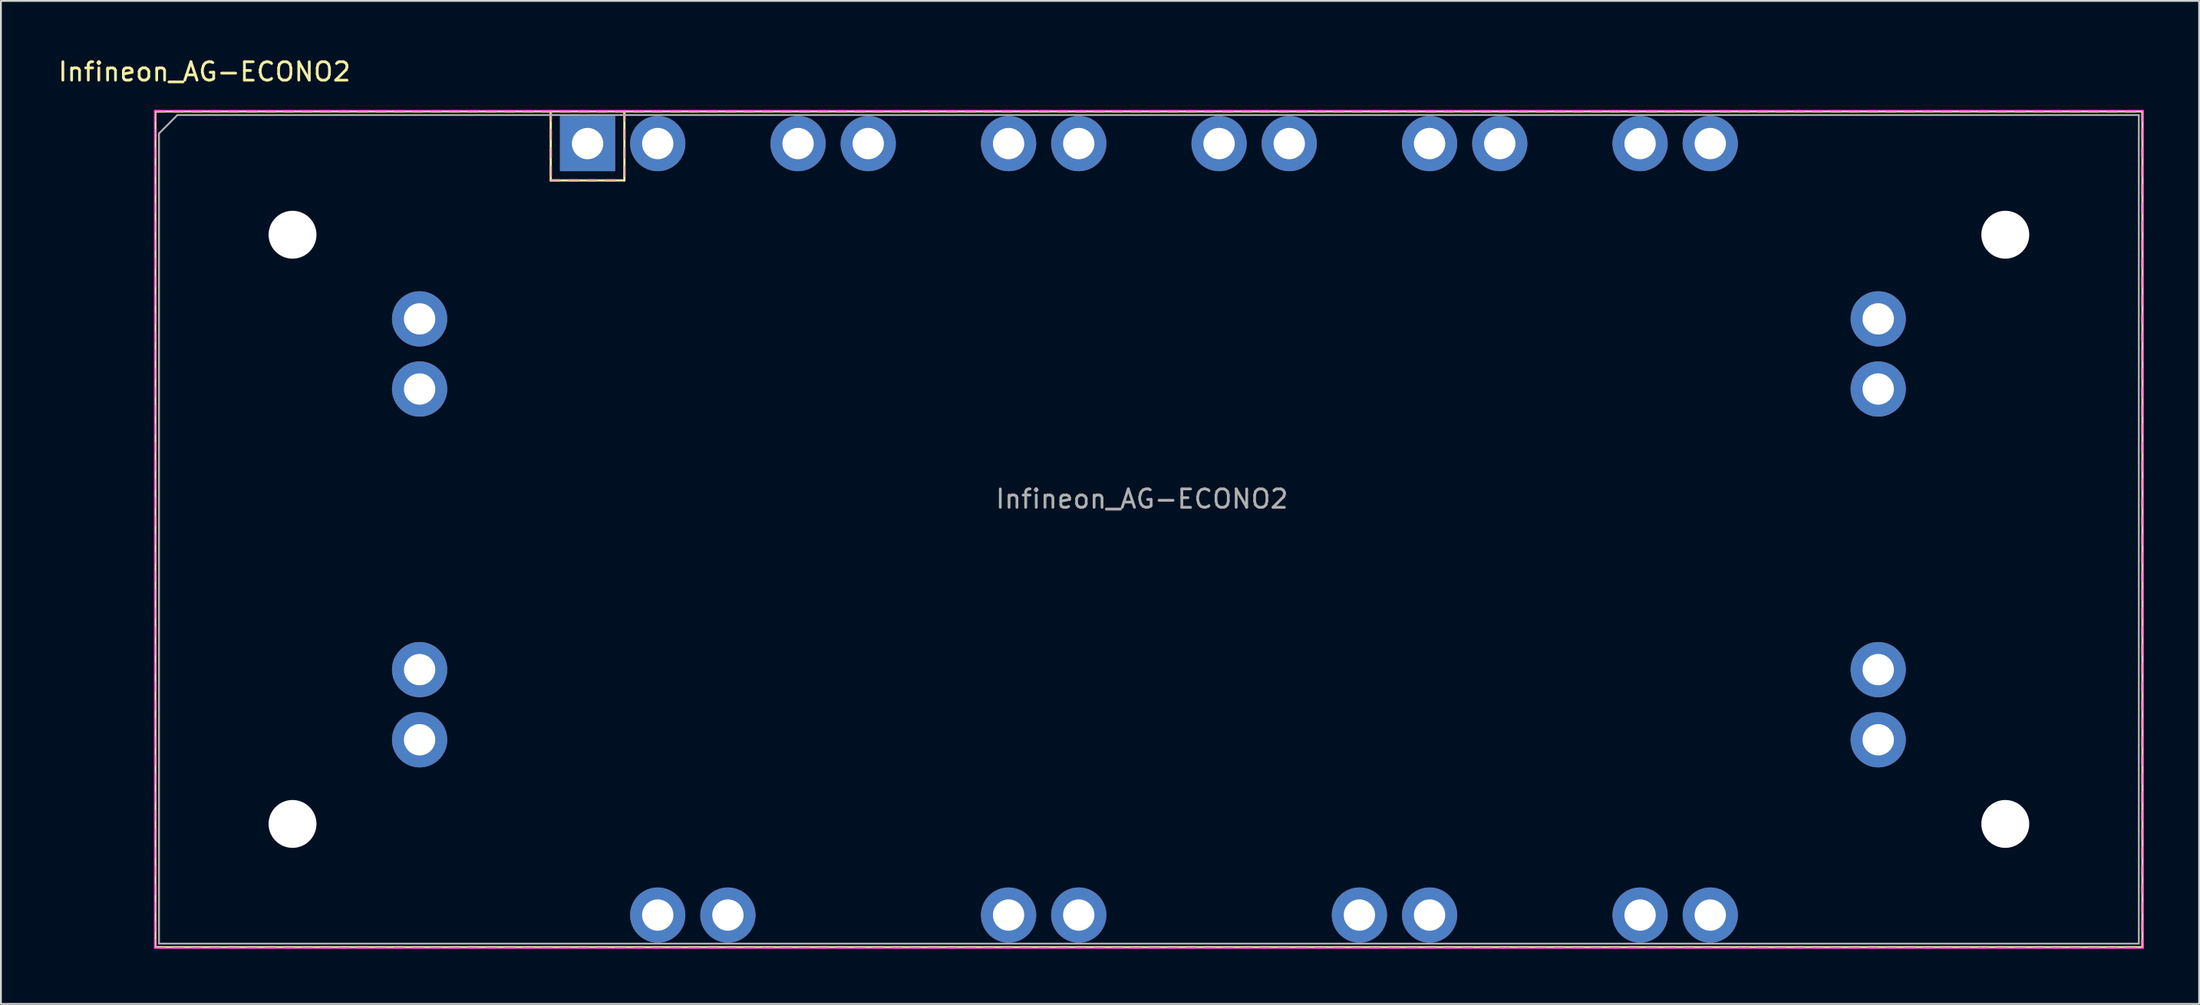
<source format=kicad_pcb>
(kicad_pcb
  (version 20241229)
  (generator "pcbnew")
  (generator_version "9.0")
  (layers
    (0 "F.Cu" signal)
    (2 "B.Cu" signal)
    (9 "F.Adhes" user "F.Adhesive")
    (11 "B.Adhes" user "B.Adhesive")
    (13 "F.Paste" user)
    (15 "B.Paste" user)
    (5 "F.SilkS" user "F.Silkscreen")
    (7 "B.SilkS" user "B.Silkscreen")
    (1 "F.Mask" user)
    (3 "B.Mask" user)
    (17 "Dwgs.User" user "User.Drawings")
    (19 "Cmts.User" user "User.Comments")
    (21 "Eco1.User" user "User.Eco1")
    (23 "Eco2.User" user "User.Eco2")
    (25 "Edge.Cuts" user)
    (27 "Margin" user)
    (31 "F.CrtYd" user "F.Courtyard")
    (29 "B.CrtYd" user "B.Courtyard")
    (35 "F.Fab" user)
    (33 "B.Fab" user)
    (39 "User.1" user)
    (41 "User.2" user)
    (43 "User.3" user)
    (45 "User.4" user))
  (footprint "Infineon_AG-ECONO2"
    (layer "F.Cu")
    (at 28.854 4.748)
    (property "Reference" "Infineon_AG-ECONO2" (at -20.8 -3.9 0) (layer "F.SilkS") (effects (font (size 1 1) (thickness 0.15))))
    (attr through_hole)
    (fp_line (start -23.47 -1.75) (end 84.43 -1.75) (stroke (width 0.12) (type solid)) (layer "F.SilkS"))
    (fp_line (start -23.47 43.65) (end -23.47 -1.75) (stroke (width 0.12) (type solid)) (layer "F.SilkS"))
    (fp_line (start -2 2) (end -2 -1.75) (stroke (width 0.12) (type solid)) (layer "F.SilkS"))
    (fp_line (start 2 -1.75) (end 2 1.75) (stroke (width 0.12) (type solid)) (layer "F.SilkS"))
    (fp_line (start 2 1.75) (end 2 2) (stroke (width 0.12) (type solid)) (layer "F.SilkS"))
    (fp_line (start 2 2) (end -2 2) (stroke (width 0.12) (type solid)) (layer "F.SilkS"))
    (fp_line (start 84.43 -1.75) (end 84.43 43.65) (stroke (width 0.12) (type solid)) (layer "F.SilkS"))
    (fp_line (start 84.43 43.65) (end -23.47 43.65) (stroke (width 0.12) (type solid)) (layer "F.SilkS"))
    (fp_line (start -23.47 -1.75) (end -23.47 -1.25) (stroke (width 0.12) (type solid)) (layer "B.SilkS"))
    (fp_line (start -23.47 -1.75) (end -22.97 -1.75) (stroke (width 0.12) (type solid)) (layer "B.SilkS"))
    (fp_line (start -23.47 -0.75) (end -23.47 -0.25) (stroke (width 0.12) (type solid)) (layer "B.SilkS"))
    (fp_line (start -23.47 0.25) (end -23.47 0.75) (stroke (width 0.12) (type solid)) (layer "B.SilkS"))
    (fp_line (start -23.47 1.25) (end -23.47 1.75) (stroke (width 0.12) (type solid)) (layer "B.SilkS"))
    (fp_line (start -23.47 2.25) (end -23.47 2.75) (stroke (width 0.12) (type solid)) (layer "B.SilkS"))
    (fp_line (start -23.47 3.25) (end -23.47 3.75) (stroke (width 0.12) (type solid)) (layer "B.SilkS"))
    (fp_line (start -23.47 4.25) (end -23.47 4.75) (stroke (width 0.12) (type solid)) (layer "B.SilkS"))
    (fp_line (start -23.47 5.25) (end -23.47 5.75) (stroke (width 0.12) (type solid)) (layer "B.SilkS"))
    (fp_line (start -23.47 6.25) (end -23.47 6.75) (stroke (width 0.12) (type solid)) (layer "B.SilkS"))
    (fp_line (start -23.47 7.25) (end -23.47 7.75) (stroke (width 0.12) (type solid)) (layer "B.SilkS"))
    (fp_line (start -23.47 8.25) (end -23.47 8.75) (stroke (width 0.12) (type solid)) (layer "B.SilkS"))
    (fp_line (start -23.47 9.25) (end -23.47 9.75) (stroke (width 0.12) (type solid)) (layer "B.SilkS"))
    (fp_line (start -23.47 10.25) (end -23.47 10.75) (stroke (width 0.12) (type solid)) (layer "B.SilkS"))
    (fp_line (start -23.47 11.25) (end -23.47 11.75) (stroke (width 0.12) (type solid)) (layer "B.SilkS"))
    (fp_line (start -23.47 12.25) (end -23.47 12.75) (stroke (width 0.12) (type solid)) (layer "B.SilkS"))
    (fp_line (start -23.47 13.25) (end -23.47 13.75) (stroke (width 0.12) (type solid)) (layer "B.SilkS"))
    (fp_line (start -23.47 14.25) (end -23.47 14.75) (stroke (width 0.12) (type solid)) (layer "B.SilkS"))
    (fp_line (start -23.47 15.25) (end -23.47 15.75) (stroke (width 0.12) (type solid)) (layer "B.SilkS"))
    (fp_line (start -23.47 16.25) (end -23.47 16.75) (stroke (width 0.12) (type solid)) (layer "B.SilkS"))
    (fp_line (start -23.47 17.25) (end -23.47 17.75) (stroke (width 0.12) (type solid)) (layer "B.SilkS"))
    (fp_line (start -23.47 18.25) (end -23.47 18.75) (stroke (width 0.12) (type solid)) (layer "B.SilkS"))
    (fp_line (start -23.47 19.25) (end -23.47 19.75) (stroke (width 0.12) (type solid)) (layer "B.SilkS"))
    (fp_line (start -23.47 20.25) (end -23.47 20.75) (stroke (width 0.12) (type solid)) (layer "B.SilkS"))
    (fp_line (start -23.47 21.25) (end -23.47 21.75) (stroke (width 0.12) (type solid)) (layer "B.SilkS"))
    (fp_line (start -23.47 22.25) (end -23.47 22.75) (stroke (width 0.12) (type solid)) (layer "B.SilkS"))
    (fp_line (start -23.47 23.25) (end -23.47 23.75) (stroke (width 0.12) (type solid)) (layer "B.SilkS"))
    (fp_line (start -23.47 24.25) (end -23.47 24.75) (stroke (width 0.12) (type solid)) (layer "B.SilkS"))
    (fp_line (start -23.47 25.25) (end -23.47 25.75) (stroke (width 0.12) (type solid)) (layer "B.SilkS"))
    (fp_line (start -23.47 26.25) (end -23.47 26.75) (stroke (width 0.12) (type solid)) (layer "B.SilkS"))
    (fp_line (start -23.47 27.25) (end -23.47 27.75) (stroke (width 0.12) (type solid)) (layer "B.SilkS"))
    (fp_line (start -23.47 28.25) (end -23.47 28.75) (stroke (width 0.12) (type solid)) (layer "B.SilkS"))
    (fp_line (start -23.47 29.25) (end -23.47 29.75) (stroke (width 0.12) (type solid)) (layer "B.SilkS"))
    (fp_line (start -23.47 30.25) (end -23.47 30.75) (stroke (width 0.12) (type solid)) (layer "B.SilkS"))
    (fp_line (start -23.47 31.25) (end -23.47 31.75) (stroke (width 0.12) (type solid)) (layer "B.SilkS"))
    (fp_line (start -23.47 32.25) (end -23.47 32.75) (stroke (width 0.12) (type solid)) (layer "B.SilkS"))
    (fp_line (start -23.47 33.25) (end -23.47 33.75) (stroke (width 0.12) (type solid)) (layer "B.SilkS"))
    (fp_line (start -23.47 34.25) (end -23.47 34.75) (stroke (width 0.12) (type solid)) (layer "B.SilkS"))
    (fp_line (start -23.47 35.25) (end -23.47 35.75) (stroke (width 0.12) (type solid)) (layer "B.SilkS"))
    (fp_line (start -23.47 36.25) (end -23.47 36.75) (stroke (width 0.12) (type solid)) (layer "B.SilkS"))
    (fp_line (start -23.47 37.25) (end -23.47 37.75) (stroke (width 0.12) (type solid)) (layer "B.SilkS"))
    (fp_line (start -23.47 38.25) (end -23.47 38.75) (stroke (width 0.12) (type solid)) (layer "B.SilkS"))
    (fp_line (start -23.47 39.25) (end -23.47 39.75) (stroke (width 0.12) (type solid)) (layer "B.SilkS"))
    (fp_line (start -23.47 40.25) (end -23.47 40.75) (stroke (width 0.12) (type solid)) (layer "B.SilkS"))
    (fp_line (start -23.47 41.25) (end -23.47 41.75) (stroke (width 0.12) (type solid)) (layer "B.SilkS"))
    (fp_line (start -23.47 42.25) (end -23.47 42.75) (stroke (width 0.12) (type solid)) (layer "B.SilkS"))
    (fp_line (start -23.47 43.25) (end -23.47 43.65) (stroke (width 0.12) (type solid)) (layer "B.SilkS"))
    (fp_line (start -23.47 43.65) (end -22.97 43.65) (stroke (width 0.12) (type solid)) (layer "B.SilkS"))
    (fp_line (start -22.47 -1.75) (end -21.97 -1.75) (stroke (width 0.12) (type solid)) (layer "B.SilkS"))
    (fp_line (start -22.47 43.65) (end -21.97 43.65) (stroke (width 0.12) (type solid)) (layer "B.SilkS"))
    (fp_line (start -21.47 -1.75) (end -20.97 -1.75) (stroke (width 0.12) (type solid)) (layer "B.SilkS"))
    (fp_line (start -21.47 43.65) (end -20.97 43.65) (stroke (width 0.12) (type solid)) (layer "B.SilkS"))
    (fp_line (start -20.47 -1.75) (end -19.97 -1.75) (stroke (width 0.12) (type solid)) (layer "B.SilkS"))
    (fp_line (start -20.47 43.65) (end -19.97 43.65) (stroke (width 0.12) (type solid)) (layer "B.SilkS"))
    (fp_line (start -19.47 -1.75) (end -18.97 -1.75) (stroke (width 0.12) (type solid)) (layer "B.SilkS"))
    (fp_line (start -19.47 43.65) (end -18.97 43.65) (stroke (width 0.12) (type solid)) (layer "B.SilkS"))
    (fp_line (start -18.47 -1.75) (end -17.97 -1.75) (stroke (width 0.12) (type solid)) (layer "B.SilkS"))
    (fp_line (start -18.47 43.65) (end -17.97 43.65) (stroke (width 0.12) (type solid)) (layer "B.SilkS"))
    (fp_line (start -17.47 -1.75) (end -16.97 -1.75) (stroke (width 0.12) (type solid)) (layer "B.SilkS"))
    (fp_line (start -17.47 43.65) (end -16.97 43.65) (stroke (width 0.12) (type solid)) (layer "B.SilkS"))
    (fp_line (start -16.47 -1.75) (end -15.97 -1.75) (stroke (width 0.12) (type solid)) (layer "B.SilkS"))
    (fp_line (start -16.47 43.65) (end -15.97 43.65) (stroke (width 0.12) (type solid)) (layer "B.SilkS"))
    (fp_line (start -15.47 -1.75) (end -14.97 -1.75) (stroke (width 0.12) (type solid)) (layer "B.SilkS"))
    (fp_line (start -15.47 43.65) (end -14.97 43.65) (stroke (width 0.12) (type solid)) (layer "B.SilkS"))
    (fp_line (start -14.47 -1.75) (end -13.97 -1.75) (stroke (width 0.12) (type solid)) (layer "B.SilkS"))
    (fp_line (start -14.47 43.65) (end -13.97 43.65) (stroke (width 0.12) (type solid)) (layer "B.SilkS"))
    (fp_line (start -13.47 -1.75) (end -12.97 -1.75) (stroke (width 0.12) (type solid)) (layer "B.SilkS"))
    (fp_line (start -13.47 43.65) (end -12.97 43.65) (stroke (width 0.12) (type solid)) (layer "B.SilkS"))
    (fp_line (start -12.47 -1.75) (end -11.97 -1.75) (stroke (width 0.12) (type solid)) (layer "B.SilkS"))
    (fp_line (start -12.47 43.65) (end -11.97 43.65) (stroke (width 0.12) (type solid)) (layer "B.SilkS"))
    (fp_line (start -11.47 -1.75) (end -10.97 -1.75) (stroke (width 0.12) (type solid)) (layer "B.SilkS"))
    (fp_line (start -11.47 43.65) (end -10.97 43.65) (stroke (width 0.12) (type solid)) (layer "B.SilkS"))
    (fp_line (start -10.47 -1.75) (end -9.97 -1.75) (stroke (width 0.12) (type solid)) (layer "B.SilkS"))
    (fp_line (start -10.47 43.65) (end -9.97 43.65) (stroke (width 0.12) (type solid)) (layer "B.SilkS"))
    (fp_line (start -9.47 -1.75) (end -8.97 -1.75) (stroke (width 0.12) (type solid)) (layer "B.SilkS"))
    (fp_line (start -9.47 43.65) (end -8.97 43.65) (stroke (width 0.12) (type solid)) (layer "B.SilkS"))
    (fp_line (start -8.47 -1.75) (end -7.97 -1.75) (stroke (width 0.12) (type solid)) (layer "B.SilkS"))
    (fp_line (start -8.47 43.65) (end -7.97 43.65) (stroke (width 0.12) (type solid)) (layer "B.SilkS"))
    (fp_line (start -7.47 -1.75) (end -6.97 -1.75) (stroke (width 0.12) (type solid)) (layer "B.SilkS"))
    (fp_line (start -7.47 43.65) (end -6.97 43.65) (stroke (width 0.12) (type solid)) (layer "B.SilkS"))
    (fp_line (start -6.47 -1.75) (end -5.97 -1.75) (stroke (width 0.12) (type solid)) (layer "B.SilkS"))
    (fp_line (start -6.47 43.65) (end -5.97 43.65) (stroke (width 0.12) (type solid)) (layer "B.SilkS"))
    (fp_line (start -5.47 -1.75) (end -4.97 -1.75) (stroke (width 0.12) (type solid)) (layer "B.SilkS"))
    (fp_line (start -5.47 43.65) (end -4.97 43.65) (stroke (width 0.12) (type solid)) (layer "B.SilkS"))
    (fp_line (start -4.47 -1.75) (end -3.97 -1.75) (stroke (width 0.12) (type solid)) (layer "B.SilkS"))
    (fp_line (start -4.47 43.65) (end -3.97 43.65) (stroke (width 0.12) (type solid)) (layer "B.SilkS"))
    (fp_line (start -3.47 -1.75) (end -2.97 -1.75) (stroke (width 0.12) (type solid)) (layer "B.SilkS"))
    (fp_line (start -3.47 43.65) (end -2.97 43.65) (stroke (width 0.12) (type solid)) (layer "B.SilkS"))
    (fp_line (start -2.47 -1.75) (end -1.97 -1.75) (stroke (width 0.12) (type solid)) (layer "B.SilkS"))
    (fp_line (start -2.47 43.65) (end -1.97 43.65) (stroke (width 0.12) (type solid)) (layer "B.SilkS"))
    (fp_line (start -2 -1.75) (end -2 -1.25) (stroke (width 0.12) (type solid)) (layer "B.SilkS"))
    (fp_line (start -2 -0.75) (end -2 -0.25) (stroke (width 0.12) (type solid)) (layer "B.SilkS"))
    (fp_line (start -2 0.25) (end -2 0.75) (stroke (width 0.12) (type solid)) (layer "B.SilkS"))
    (fp_line (start -2 1.25) (end -2 1.75) (stroke (width 0.12) (type solid)) (layer "B.SilkS"))
    (fp_line (start -2 2) (end -1.5 2) (stroke (width 0.12) (type solid)) (layer "B.SilkS"))
    (fp_line (start -1.47 -1.75) (end -0.97 -1.75) (stroke (width 0.12) (type solid)) (layer "B.SilkS"))
    (fp_line (start -1.47 43.65) (end -0.97 43.65) (stroke (width 0.12) (type solid)) (layer "B.SilkS"))
    (fp_line (start -1 2) (end -0.5 2) (stroke (width 0.12) (type solid)) (layer "B.SilkS"))
    (fp_line (start -0.47 -1.75) (end 0.03 -1.75) (stroke (width 0.12) (type solid)) (layer "B.SilkS"))
    (fp_line (start -0.47 43.65) (end 0.03 43.65) (stroke (width 0.12) (type solid)) (layer "B.SilkS"))
    (fp_line (start 0 2) (end 0.5 2) (stroke (width 0.12) (type solid)) (layer "B.SilkS"))
    (fp_line (start 0.53 -1.75) (end 1.03 -1.75) (stroke (width 0.12) (type solid)) (layer "B.SilkS"))
    (fp_line (start 0.53 43.65) (end 1.03 43.65) (stroke (width 0.12) (type solid)) (layer "B.SilkS"))
    (fp_line (start 1 2) (end 1.5 2) (stroke (width 0.12) (type solid)) (layer "B.SilkS"))
    (fp_line (start 1.53 -1.75) (end 2.03 -1.75) (stroke (width 0.12) (type solid)) (layer "B.SilkS"))
    (fp_line (start 1.53 43.65) (end 2.03 43.65) (stroke (width 0.12) (type solid)) (layer "B.SilkS"))
    (fp_line (start 2 -1.75) (end 2 -1.25) (stroke (width 0.12) (type solid)) (layer "B.SilkS"))
    (fp_line (start 2 -0.75) (end 2 -0.25) (stroke (width 0.12) (type solid)) (layer "B.SilkS"))
    (fp_line (start 2 0.25) (end 2 0.75) (stroke (width 0.12) (type solid)) (layer "B.SilkS"))
    (fp_line (start 2 1.25) (end 2 1.75) (stroke (width 0.12) (type solid)) (layer "B.SilkS"))
    (fp_line (start 2.53 -1.75) (end 3.03 -1.75) (stroke (width 0.12) (type solid)) (layer "B.SilkS"))
    (fp_line (start 2.53 43.65) (end 3.03 43.65) (stroke (width 0.12) (type solid)) (layer "B.SilkS"))
    (fp_line (start 3.53 -1.75) (end 4.03 -1.75) (stroke (width 0.12) (type solid)) (layer "B.SilkS"))
    (fp_line (start 3.53 43.65) (end 4.03 43.65) (stroke (width 0.12) (type solid)) (layer "B.SilkS"))
    (fp_line (start 4.53 -1.75) (end 5.03 -1.75) (stroke (width 0.12) (type solid)) (layer "B.SilkS"))
    (fp_line (start 4.53 43.65) (end 5.03 43.65) (stroke (width 0.12) (type solid)) (layer "B.SilkS"))
    (fp_line (start 5.53 -1.75) (end 6.03 -1.75) (stroke (width 0.12) (type solid)) (layer "B.SilkS"))
    (fp_line (start 5.53 43.65) (end 6.03 43.65) (stroke (width 0.12) (type solid)) (layer "B.SilkS"))
    (fp_line (start 6.53 -1.75) (end 7.03 -1.75) (stroke (width 0.12) (type solid)) (layer "B.SilkS"))
    (fp_line (start 6.53 43.65) (end 7.03 43.65) (stroke (width 0.12) (type solid)) (layer "B.SilkS"))
    (fp_line (start 7.53 -1.75) (end 8.03 -1.75) (stroke (width 0.12) (type solid)) (layer "B.SilkS"))
    (fp_line (start 7.53 43.65) (end 8.03 43.65) (stroke (width 0.12) (type solid)) (layer "B.SilkS"))
    (fp_line (start 8.53 -1.75) (end 9.03 -1.75) (stroke (width 0.12) (type solid)) (layer "B.SilkS"))
    (fp_line (start 8.53 43.65) (end 9.03 43.65) (stroke (width 0.12) (type solid)) (layer "B.SilkS"))
    (fp_line (start 9.53 -1.75) (end 10.03 -1.75) (stroke (width 0.12) (type solid)) (layer "B.SilkS"))
    (fp_line (start 9.53 43.65) (end 10.03 43.65) (stroke (width 0.12) (type solid)) (layer "B.SilkS"))
    (fp_line (start 10.53 -1.75) (end 11.03 -1.75) (stroke (width 0.12) (type solid)) (layer "B.SilkS"))
    (fp_line (start 10.53 43.65) (end 11.03 43.65) (stroke (width 0.12) (type solid)) (layer "B.SilkS"))
    (fp_line (start 11.53 -1.75) (end 12.03 -1.75) (stroke (width 0.12) (type solid)) (layer "B.SilkS"))
    (fp_line (start 11.53 43.65) (end 12.03 43.65) (stroke (width 0.12) (type solid)) (layer "B.SilkS"))
    (fp_line (start 12.53 -1.75) (end 13.03 -1.75) (stroke (width 0.12) (type solid)) (layer "B.SilkS"))
    (fp_line (start 12.53 43.65) (end 13.03 43.65) (stroke (width 0.12) (type solid)) (layer "B.SilkS"))
    (fp_line (start 13.53 -1.75) (end 14.03 -1.75) (stroke (width 0.12) (type solid)) (layer "B.SilkS"))
    (fp_line (start 13.53 43.65) (end 14.03 43.65) (stroke (width 0.12) (type solid)) (layer "B.SilkS"))
    (fp_line (start 14.53 -1.75) (end 15.03 -1.75) (stroke (width 0.12) (type solid)) (layer "B.SilkS"))
    (fp_line (start 14.53 43.65) (end 15.03 43.65) (stroke (width 0.12) (type solid)) (layer "B.SilkS"))
    (fp_line (start 15.53 -1.75) (end 16.03 -1.75) (stroke (width 0.12) (type solid)) (layer "B.SilkS"))
    (fp_line (start 15.53 43.65) (end 16.03 43.65) (stroke (width 0.12) (type solid)) (layer "B.SilkS"))
    (fp_line (start 16.53 -1.75) (end 17.03 -1.75) (stroke (width 0.12) (type solid)) (layer "B.SilkS"))
    (fp_line (start 16.53 43.65) (end 17.03 43.65) (stroke (width 0.12) (type solid)) (layer "B.SilkS"))
    (fp_line (start 17.53 -1.75) (end 18.03 -1.75) (stroke (width 0.12) (type solid)) (layer "B.SilkS"))
    (fp_line (start 17.53 43.65) (end 18.03 43.65) (stroke (width 0.12) (type solid)) (layer "B.SilkS"))
    (fp_line (start 18.53 -1.75) (end 19.03 -1.75) (stroke (width 0.12) (type solid)) (layer "B.SilkS"))
    (fp_line (start 18.53 43.65) (end 19.03 43.65) (stroke (width 0.12) (type solid)) (layer "B.SilkS"))
    (fp_line (start 19.53 -1.75) (end 20.03 -1.75) (stroke (width 0.12) (type solid)) (layer "B.SilkS"))
    (fp_line (start 19.53 43.65) (end 20.03 43.65) (stroke (width 0.12) (type solid)) (layer "B.SilkS"))
    (fp_line (start 20.53 -1.75) (end 21.03 -1.75) (stroke (width 0.12) (type solid)) (layer "B.SilkS"))
    (fp_line (start 20.53 43.65) (end 21.03 43.65) (stroke (width 0.12) (type solid)) (layer "B.SilkS"))
    (fp_line (start 21.53 -1.75) (end 22.03 -1.75) (stroke (width 0.12) (type solid)) (layer "B.SilkS"))
    (fp_line (start 21.53 43.65) (end 22.03 43.65) (stroke (width 0.12) (type solid)) (layer "B.SilkS"))
    (fp_line (start 22.53 -1.75) (end 23.03 -1.75) (stroke (width 0.12) (type solid)) (layer "B.SilkS"))
    (fp_line (start 22.53 43.65) (end 23.03 43.65) (stroke (width 0.12) (type solid)) (layer "B.SilkS"))
    (fp_line (start 23.53 -1.75) (end 24.03 -1.75) (stroke (width 0.12) (type solid)) (layer "B.SilkS"))
    (fp_line (start 23.53 43.65) (end 24.03 43.65) (stroke (width 0.12) (type solid)) (layer "B.SilkS"))
    (fp_line (start 24.53 -1.75) (end 25.03 -1.75) (stroke (width 0.12) (type solid)) (layer "B.SilkS"))
    (fp_line (start 24.53 43.65) (end 25.03 43.65) (stroke (width 0.12) (type solid)) (layer "B.SilkS"))
    (fp_line (start 25.53 -1.75) (end 26.03 -1.75) (stroke (width 0.12) (type solid)) (layer "B.SilkS"))
    (fp_line (start 25.53 43.65) (end 26.03 43.65) (stroke (width 0.12) (type solid)) (layer "B.SilkS"))
    (fp_line (start 26.53 -1.75) (end 27.03 -1.75) (stroke (width 0.12) (type solid)) (layer "B.SilkS"))
    (fp_line (start 26.53 43.65) (end 27.03 43.65) (stroke (width 0.12) (type solid)) (layer "B.SilkS"))
    (fp_line (start 27.53 -1.75) (end 28.03 -1.75) (stroke (width 0.12) (type solid)) (layer "B.SilkS"))
    (fp_line (start 27.53 43.65) (end 28.03 43.65) (stroke (width 0.12) (type solid)) (layer "B.SilkS"))
    (fp_line (start 28.53 -1.75) (end 29.03 -1.75) (stroke (width 0.12) (type solid)) (layer "B.SilkS"))
    (fp_line (start 28.53 43.65) (end 29.03 43.65) (stroke (width 0.12) (type solid)) (layer "B.SilkS"))
    (fp_line (start 29.53 -1.75) (end 30.03 -1.75) (stroke (width 0.12) (type solid)) (layer "B.SilkS"))
    (fp_line (start 29.53 43.65) (end 30.03 43.65) (stroke (width 0.12) (type solid)) (layer "B.SilkS"))
    (fp_line (start 30.53 -1.75) (end 31.03 -1.75) (stroke (width 0.12) (type solid)) (layer "B.SilkS"))
    (fp_line (start 30.53 43.65) (end 31.03 43.65) (stroke (width 0.12) (type solid)) (layer "B.SilkS"))
    (fp_line (start 31.53 -1.75) (end 32.03 -1.75) (stroke (width 0.12) (type solid)) (layer "B.SilkS"))
    (fp_line (start 31.53 43.65) (end 32.03 43.65) (stroke (width 0.12) (type solid)) (layer "B.SilkS"))
    (fp_line (start 32.53 -1.75) (end 33.03 -1.75) (stroke (width 0.12) (type solid)) (layer "B.SilkS"))
    (fp_line (start 32.53 43.65) (end 33.03 43.65) (stroke (width 0.12) (type solid)) (layer "B.SilkS"))
    (fp_line (start 33.53 -1.75) (end 34.03 -1.75) (stroke (width 0.12) (type solid)) (layer "B.SilkS"))
    (fp_line (start 33.53 43.65) (end 34.03 43.65) (stroke (width 0.12) (type solid)) (layer "B.SilkS"))
    (fp_line (start 34.53 -1.75) (end 35.03 -1.75) (stroke (width 0.12) (type solid)) (layer "B.SilkS"))
    (fp_line (start 34.53 43.65) (end 35.03 43.65) (stroke (width 0.12) (type solid)) (layer "B.SilkS"))
    (fp_line (start 35.53 -1.75) (end 36.03 -1.75) (stroke (width 0.12) (type solid)) (layer "B.SilkS"))
    (fp_line (start 35.53 43.65) (end 36.03 43.65) (stroke (width 0.12) (type solid)) (layer "B.SilkS"))
    (fp_line (start 36.53 -1.75) (end 37.03 -1.75) (stroke (width 0.12) (type solid)) (layer "B.SilkS"))
    (fp_line (start 36.53 43.65) (end 37.03 43.65) (stroke (width 0.12) (type solid)) (layer "B.SilkS"))
    (fp_line (start 37.53 -1.75) (end 38.03 -1.75) (stroke (width 0.12) (type solid)) (layer "B.SilkS"))
    (fp_line (start 37.53 43.65) (end 38.03 43.65) (stroke (width 0.12) (type solid)) (layer "B.SilkS"))
    (fp_line (start 38.53 -1.75) (end 39.03 -1.75) (stroke (width 0.12) (type solid)) (layer "B.SilkS"))
    (fp_line (start 38.53 43.65) (end 39.03 43.65) (stroke (width 0.12) (type solid)) (layer "B.SilkS"))
    (fp_line (start 39.53 -1.75) (end 40.03 -1.75) (stroke (width 0.12) (type solid)) (layer "B.SilkS"))
    (fp_line (start 39.53 43.65) (end 40.03 43.65) (stroke (width 0.12) (type solid)) (layer "B.SilkS"))
    (fp_line (start 40.53 -1.75) (end 41.03 -1.75) (stroke (width 0.12) (type solid)) (layer "B.SilkS"))
    (fp_line (start 40.53 43.65) (end 41.03 43.65) (stroke (width 0.12) (type solid)) (layer "B.SilkS"))
    (fp_line (start 41.53 -1.75) (end 42.03 -1.75) (stroke (width 0.12) (type solid)) (layer "B.SilkS"))
    (fp_line (start 41.53 43.65) (end 42.03 43.65) (stroke (width 0.12) (type solid)) (layer "B.SilkS"))
    (fp_line (start 42.53 -1.75) (end 43.03 -1.75) (stroke (width 0.12) (type solid)) (layer "B.SilkS"))
    (fp_line (start 42.53 43.65) (end 43.03 43.65) (stroke (width 0.12) (type solid)) (layer "B.SilkS"))
    (fp_line (start 43.53 -1.75) (end 44.03 -1.75) (stroke (width 0.12) (type solid)) (layer "B.SilkS"))
    (fp_line (start 43.53 43.65) (end 44.03 43.65) (stroke (width 0.12) (type solid)) (layer "B.SilkS"))
    (fp_line (start 44.53 -1.75) (end 45.03 -1.75) (stroke (width 0.12) (type solid)) (layer "B.SilkS"))
    (fp_line (start 44.53 43.65) (end 45.03 43.65) (stroke (width 0.12) (type solid)) (layer "B.SilkS"))
    (fp_line (start 45.53 -1.75) (end 46.03 -1.75) (stroke (width 0.12) (type solid)) (layer "B.SilkS"))
    (fp_line (start 45.53 43.65) (end 46.03 43.65) (stroke (width 0.12) (type solid)) (layer "B.SilkS"))
    (fp_line (start 46.53 -1.75) (end 47.03 -1.75) (stroke (width 0.12) (type solid)) (layer "B.SilkS"))
    (fp_line (start 46.53 43.65) (end 47.03 43.65) (stroke (width 0.12) (type solid)) (layer "B.SilkS"))
    (fp_line (start 47.53 -1.75) (end 48.03 -1.75) (stroke (width 0.12) (type solid)) (layer "B.SilkS"))
    (fp_line (start 47.53 43.65) (end 48.03 43.65) (stroke (width 0.12) (type solid)) (layer "B.SilkS"))
    (fp_line (start 48.53 -1.75) (end 49.03 -1.75) (stroke (width 0.12) (type solid)) (layer "B.SilkS"))
    (fp_line (start 48.53 43.65) (end 49.03 43.65) (stroke (width 0.12) (type solid)) (layer "B.SilkS"))
    (fp_line (start 49.53 -1.75) (end 50.03 -1.75) (stroke (width 0.12) (type solid)) (layer "B.SilkS"))
    (fp_line (start 49.53 43.65) (end 50.03 43.65) (stroke (width 0.12) (type solid)) (layer "B.SilkS"))
    (fp_line (start 50.53 -1.75) (end 51.03 -1.75) (stroke (width 0.12) (type solid)) (layer "B.SilkS"))
    (fp_line (start 50.53 43.65) (end 51.03 43.65) (stroke (width 0.12) (type solid)) (layer "B.SilkS"))
    (fp_line (start 51.53 -1.75) (end 52.03 -1.75) (stroke (width 0.12) (type solid)) (layer "B.SilkS"))
    (fp_line (start 51.53 43.65) (end 52.03 43.65) (stroke (width 0.12) (type solid)) (layer "B.SilkS"))
    (fp_line (start 52.53 -1.75) (end 53.03 -1.75) (stroke (width 0.12) (type solid)) (layer "B.SilkS"))
    (fp_line (start 52.53 43.65) (end 53.03 43.65) (stroke (width 0.12) (type solid)) (layer "B.SilkS"))
    (fp_line (start 53.53 -1.75) (end 54.03 -1.75) (stroke (width 0.12) (type solid)) (layer "B.SilkS"))
    (fp_line (start 53.53 43.65) (end 54.03 43.65) (stroke (width 0.12) (type solid)) (layer "B.SilkS"))
    (fp_line (start 54.53 -1.75) (end 55.03 -1.75) (stroke (width 0.12) (type solid)) (layer "B.SilkS"))
    (fp_line (start 54.53 43.65) (end 55.03 43.65) (stroke (width 0.12) (type solid)) (layer "B.SilkS"))
    (fp_line (start 55.53 -1.75) (end 56.03 -1.75) (stroke (width 0.12) (type solid)) (layer "B.SilkS"))
    (fp_line (start 55.53 43.65) (end 56.03 43.65) (stroke (width 0.12) (type solid)) (layer "B.SilkS"))
    (fp_line (start 56.53 -1.75) (end 57.03 -1.75) (stroke (width 0.12) (type solid)) (layer "B.SilkS"))
    (fp_line (start 56.53 43.65) (end 57.03 43.65) (stroke (width 0.12) (type solid)) (layer "B.SilkS"))
    (fp_line (start 57.53 -1.75) (end 58.03 -1.75) (stroke (width 0.12) (type solid)) (layer "B.SilkS"))
    (fp_line (start 57.53 43.65) (end 58.03 43.65) (stroke (width 0.12) (type solid)) (layer "B.SilkS"))
    (fp_line (start 58.53 -1.75) (end 59.03 -1.75) (stroke (width 0.12) (type solid)) (layer "B.SilkS"))
    (fp_line (start 58.53 43.65) (end 59.03 43.65) (stroke (width 0.12) (type solid)) (layer "B.SilkS"))
    (fp_line (start 59.53 -1.75) (end 60.03 -1.75) (stroke (width 0.12) (type solid)) (layer "B.SilkS"))
    (fp_line (start 59.53 43.65) (end 60.03 43.65) (stroke (width 0.12) (type solid)) (layer "B.SilkS"))
    (fp_line (start 60.53 -1.75) (end 61.03 -1.75) (stroke (width 0.12) (type solid)) (layer "B.SilkS"))
    (fp_line (start 60.53 43.65) (end 61.03 43.65) (stroke (width 0.12) (type solid)) (layer "B.SilkS"))
    (fp_line (start 61.53 -1.75) (end 62.03 -1.75) (stroke (width 0.12) (type solid)) (layer "B.SilkS"))
    (fp_line (start 61.53 43.65) (end 62.03 43.65) (stroke (width 0.12) (type solid)) (layer "B.SilkS"))
    (fp_line (start 62.53 -1.75) (end 63.03 -1.75) (stroke (width 0.12) (type solid)) (layer "B.SilkS"))
    (fp_line (start 62.53 43.65) (end 63.03 43.65) (stroke (width 0.12) (type solid)) (layer "B.SilkS"))
    (fp_line (start 63.53 -1.75) (end 64.03 -1.75) (stroke (width 0.12) (type solid)) (layer "B.SilkS"))
    (fp_line (start 63.53 43.65) (end 64.03 43.65) (stroke (width 0.12) (type solid)) (layer "B.SilkS"))
    (fp_line (start 64.53 -1.75) (end 65.03 -1.75) (stroke (width 0.12) (type solid)) (layer "B.SilkS"))
    (fp_line (start 64.53 43.65) (end 65.03 43.65) (stroke (width 0.12) (type solid)) (layer "B.SilkS"))
    (fp_line (start 65.53 -1.75) (end 66.03 -1.75) (stroke (width 0.12) (type solid)) (layer "B.SilkS"))
    (fp_line (start 65.53 43.65) (end 66.03 43.65) (stroke (width 0.12) (type solid)) (layer "B.SilkS"))
    (fp_line (start 66.53 -1.75) (end 67.03 -1.75) (stroke (width 0.12) (type solid)) (layer "B.SilkS"))
    (fp_line (start 66.53 43.65) (end 67.03 43.65) (stroke (width 0.12) (type solid)) (layer "B.SilkS"))
    (fp_line (start 67.53 -1.75) (end 68.03 -1.75) (stroke (width 0.12) (type solid)) (layer "B.SilkS"))
    (fp_line (start 67.53 43.65) (end 68.03 43.65) (stroke (width 0.12) (type solid)) (layer "B.SilkS"))
    (fp_line (start 68.53 -1.75) (end 69.03 -1.75) (stroke (width 0.12) (type solid)) (layer "B.SilkS"))
    (fp_line (start 68.53 43.65) (end 69.03 43.65) (stroke (width 0.12) (type solid)) (layer "B.SilkS"))
    (fp_line (start 69.53 -1.75) (end 70.03 -1.75) (stroke (width 0.12) (type solid)) (layer "B.SilkS"))
    (fp_line (start 69.53 43.65) (end 70.03 43.65) (stroke (width 0.12) (type solid)) (layer "B.SilkS"))
    (fp_line (start 70.53 -1.75) (end 71.03 -1.75) (stroke (width 0.12) (type solid)) (layer "B.SilkS"))
    (fp_line (start 70.53 43.65) (end 71.03 43.65) (stroke (width 0.12) (type solid)) (layer "B.SilkS"))
    (fp_line (start 71.53 -1.75) (end 72.03 -1.75) (stroke (width 0.12) (type solid)) (layer "B.SilkS"))
    (fp_line (start 71.53 43.65) (end 72.03 43.65) (stroke (width 0.12) (type solid)) (layer "B.SilkS"))
    (fp_line (start 72.53 -1.75) (end 73.03 -1.75) (stroke (width 0.12) (type solid)) (layer "B.SilkS"))
    (fp_line (start 72.53 43.65) (end 73.03 43.65) (stroke (width 0.12) (type solid)) (layer "B.SilkS"))
    (fp_line (start 73.53 -1.75) (end 74.03 -1.75) (stroke (width 0.12) (type solid)) (layer "B.SilkS"))
    (fp_line (start 73.53 43.65) (end 74.03 43.65) (stroke (width 0.12) (type solid)) (layer "B.SilkS"))
    (fp_line (start 74.53 -1.75) (end 75.03 -1.75) (stroke (width 0.12) (type solid)) (layer "B.SilkS"))
    (fp_line (start 74.53 43.65) (end 75.03 43.65) (stroke (width 0.12) (type solid)) (layer "B.SilkS"))
    (fp_line (start 75.53 -1.75) (end 76.03 -1.75) (stroke (width 0.12) (type solid)) (layer "B.SilkS"))
    (fp_line (start 75.53 43.65) (end 76.03 43.65) (stroke (width 0.12) (type solid)) (layer "B.SilkS"))
    (fp_line (start 76.53 -1.75) (end 77.03 -1.75) (stroke (width 0.12) (type solid)) (layer "B.SilkS"))
    (fp_line (start 76.53 43.65) (end 77.03 43.65) (stroke (width 0.12) (type solid)) (layer "B.SilkS"))
    (fp_line (start 77.53 -1.75) (end 78.03 -1.75) (stroke (width 0.12) (type solid)) (layer "B.SilkS"))
    (fp_line (start 77.53 43.65) (end 78.03 43.65) (stroke (width 0.12) (type solid)) (layer "B.SilkS"))
    (fp_line (start 78.53 -1.75) (end 79.03 -1.75) (stroke (width 0.12) (type solid)) (layer "B.SilkS"))
    (fp_line (start 78.53 43.65) (end 79.03 43.65) (stroke (width 0.12) (type solid)) (layer "B.SilkS"))
    (fp_line (start 79.53 -1.75) (end 80.03 -1.75) (stroke (width 0.12) (type solid)) (layer "B.SilkS"))
    (fp_line (start 79.53 43.65) (end 80.03 43.65) (stroke (width 0.12) (type solid)) (layer "B.SilkS"))
    (fp_line (start 80.53 -1.75) (end 81.03 -1.75) (stroke (width 0.12) (type solid)) (layer "B.SilkS"))
    (fp_line (start 80.53 43.65) (end 81.03 43.65) (stroke (width 0.12) (type solid)) (layer "B.SilkS"))
    (fp_line (start 81.53 -1.75) (end 82.03 -1.75) (stroke (width 0.12) (type solid)) (layer "B.SilkS"))
    (fp_line (start 81.53 43.65) (end 82.03 43.65) (stroke (width 0.12) (type solid)) (layer "B.SilkS"))
    (fp_line (start 82.53 -1.75) (end 83.03 -1.75) (stroke (width 0.12) (type solid)) (layer "B.SilkS"))
    (fp_line (start 82.53 43.65) (end 83.03 43.65) (stroke (width 0.12) (type solid)) (layer "B.SilkS"))
    (fp_line (start 83.53 -1.75) (end 84.03 -1.75) (stroke (width 0.12) (type solid)) (layer "B.SilkS"))
    (fp_line (start 83.53 43.65) (end 84.03 43.65) (stroke (width 0.12) (type solid)) (layer "B.SilkS"))
    (fp_line (start 84.43 -1.75) (end 84.43 -1.25) (stroke (width 0.12) (type solid)) (layer "B.SilkS"))
    (fp_line (start 84.43 -0.75) (end 84.43 -0.25) (stroke (width 0.12) (type solid)) (layer "B.SilkS"))
    (fp_line (start 84.43 0.25) (end 84.43 0.75) (stroke (width 0.12) (type solid)) (layer "B.SilkS"))
    (fp_line (start 84.43 1.25) (end 84.43 1.75) (stroke (width 0.12) (type solid)) (layer "B.SilkS"))
    (fp_line (start 84.43 2.25) (end 84.43 2.75) (stroke (width 0.12) (type solid)) (layer "B.SilkS"))
    (fp_line (start 84.43 3.25) (end 84.43 3.75) (stroke (width 0.12) (type solid)) (layer "B.SilkS"))
    (fp_line (start 84.43 4.25) (end 84.43 4.75) (stroke (width 0.12) (type solid)) (layer "B.SilkS"))
    (fp_line (start 84.43 5.25) (end 84.43 5.75) (stroke (width 0.12) (type solid)) (layer "B.SilkS"))
    (fp_line (start 84.43 6.25) (end 84.43 6.75) (stroke (width 0.12) (type solid)) (layer "B.SilkS"))
    (fp_line (start 84.43 7.25) (end 84.43 7.75) (stroke (width 0.12) (type solid)) (layer "B.SilkS"))
    (fp_line (start 84.43 8.25) (end 84.43 8.75) (stroke (width 0.12) (type solid)) (layer "B.SilkS"))
    (fp_line (start 84.43 9.25) (end 84.43 9.75) (stroke (width 0.12) (type solid)) (layer "B.SilkS"))
    (fp_line (start 84.43 10.25) (end 84.43 10.75) (stroke (width 0.12) (type solid)) (layer "B.SilkS"))
    (fp_line (start 84.43 11.25) (end 84.43 11.75) (stroke (width 0.12) (type solid)) (layer "B.SilkS"))
    (fp_line (start 84.43 12.25) (end 84.43 12.75) (stroke (width 0.12) (type solid)) (layer "B.SilkS"))
    (fp_line (start 84.43 13.25) (end 84.43 13.75) (stroke (width 0.12) (type solid)) (layer "B.SilkS"))
    (fp_line (start 84.43 14.25) (end 84.43 14.75) (stroke (width 0.12) (type solid)) (layer "B.SilkS"))
    (fp_line (start 84.43 15.25) (end 84.43 15.75) (stroke (width 0.12) (type solid)) (layer "B.SilkS"))
    (fp_line (start 84.43 16.25) (end 84.43 16.75) (stroke (width 0.12) (type solid)) (layer "B.SilkS"))
    (fp_line (start 84.43 17.25) (end 84.43 17.75) (stroke (width 0.12) (type solid)) (layer "B.SilkS"))
    (fp_line (start 84.43 18.25) (end 84.43 18.75) (stroke (width 0.12) (type solid)) (layer "B.SilkS"))
    (fp_line (start 84.43 19.25) (end 84.43 19.75) (stroke (width 0.12) (type solid)) (layer "B.SilkS"))
    (fp_line (start 84.43 20.25) (end 84.43 20.75) (stroke (width 0.12) (type solid)) (layer "B.SilkS"))
    (fp_line (start 84.43 21.25) (end 84.43 21.75) (stroke (width 0.12) (type solid)) (layer "B.SilkS"))
    (fp_line (start 84.43 22.25) (end 84.43 22.75) (stroke (width 0.12) (type solid)) (layer "B.SilkS"))
    (fp_line (start 84.43 23.25) (end 84.43 23.75) (stroke (width 0.12) (type solid)) (layer "B.SilkS"))
    (fp_line (start 84.43 24.25) (end 84.43 24.75) (stroke (width 0.12) (type solid)) (layer "B.SilkS"))
    (fp_line (start 84.43 25.25) (end 84.43 25.75) (stroke (width 0.12) (type solid)) (layer "B.SilkS"))
    (fp_line (start 84.43 26.25) (end 84.43 26.75) (stroke (width 0.12) (type solid)) (layer "B.SilkS"))
    (fp_line (start 84.43 27.25) (end 84.43 27.75) (stroke (width 0.12) (type solid)) (layer "B.SilkS"))
    (fp_line (start 84.43 28.25) (end 84.43 28.75) (stroke (width 0.12) (type solid)) (layer "B.SilkS"))
    (fp_line (start 84.43 29.25) (end 84.43 29.75) (stroke (width 0.12) (type solid)) (layer "B.SilkS"))
    (fp_line (start 84.43 30.25) (end 84.43 30.75) (stroke (width 0.12) (type solid)) (layer "B.SilkS"))
    (fp_line (start 84.43 31.25) (end 84.43 31.75) (stroke (width 0.12) (type solid)) (layer "B.SilkS"))
    (fp_line (start 84.43 32.25) (end 84.43 32.75) (stroke (width 0.12) (type solid)) (layer "B.SilkS"))
    (fp_line (start 84.43 33.25) (end 84.43 33.75) (stroke (width 0.12) (type solid)) (layer "B.SilkS"))
    (fp_line (start 84.43 34.25) (end 84.43 34.75) (stroke (width 0.12) (type solid)) (layer "B.SilkS"))
    (fp_line (start 84.43 35.25) (end 84.43 35.75) (stroke (width 0.12) (type solid)) (layer "B.SilkS"))
    (fp_line (start 84.43 36.25) (end 84.43 36.75) (stroke (width 0.12) (type solid)) (layer "B.SilkS"))
    (fp_line (start 84.43 37.25) (end 84.43 37.75) (stroke (width 0.12) (type solid)) (layer "B.SilkS"))
    (fp_line (start 84.43 38.25) (end 84.43 38.75) (stroke (width 0.12) (type solid)) (layer "B.SilkS"))
    (fp_line (start 84.43 39.25) (end 84.43 39.75) (stroke (width 0.12) (type solid)) (layer "B.SilkS"))
    (fp_line (start 84.43 40.25) (end 84.43 40.75) (stroke (width 0.12) (type solid)) (layer "B.SilkS"))
    (fp_line (start 84.43 41.25) (end 84.43 41.75) (stroke (width 0.12) (type solid)) (layer "B.SilkS"))
    (fp_line (start 84.43 42.25) (end 84.43 42.75) (stroke (width 0.12) (type solid)) (layer "B.SilkS"))
    (fp_line (start 84.43 43.25) (end 84.43 43.65) (stroke (width 0.12) (type solid)) (layer "B.SilkS"))
    (fp_line (start -23.52 -1.8) (end 84.48 -1.8) (stroke (width 0.05) (type solid)) (layer "F.CrtYd"))
    (fp_line (start -23.52 43.7) (end -23.52 -1.8) (stroke (width 0.05) (type solid)) (layer "F.CrtYd"))
    (fp_line (start 84.48 -1.8) (end 84.48 43.7) (stroke (width 0.05) (type solid)) (layer "F.CrtYd"))
    (fp_line (start 84.48 43.7) (end -23.52 43.7) (stroke (width 0.05) (type solid)) (layer "F.CrtYd"))
    (fp_line (start -23.27 43.45) (end -23.27 -0.55) (stroke (width 0.1) (type solid)) (layer "F.Fab"))
    (fp_line (start -23.27 43.45) (end 84.23 43.45) (stroke (width 0.1) (type solid)) (layer "F.Fab"))
    (fp_line (start -22.27 -1.55) (end -23.27 -0.55) (stroke (width 0.1) (type solid)) (layer "F.Fab"))
    (fp_line (start -22.27 -1.55) (end 84.23 -1.55) (stroke (width 0.1) (type solid)) (layer "F.Fab"))
    (fp_line (start 84.23 43.45) (end 84.23 -1.55) (stroke (width 0.1) (type solid)) (layer "F.Fab"))
    (fp_text user "${REFERENCE}" (at 30.1 19.3 180) (layer "F.Fab") (effects (font (size 1 1) (thickness 0.15))))
    (pad "" np_thru_hole circle (at -16.02 4.95) (size 2.6 2.6) (drill 2.6) (layers "*.Cu" "*.Mask"))
    (pad "" np_thru_hole circle (at -16.02 36.95) (size 2.6 2.6) (drill 2.6) (layers "*.Cu" "*.Mask"))
    (pad "" np_thru_hole circle (at 76.98 4.95) (size 2.6 2.6) (drill 2.6) (layers "*.Cu" "*.Mask"))
    (pad "" np_thru_hole circle (at 76.98 36.95) (size 2.6 2.6) (drill 2.6) (layers "*.Cu" "*.Mask"))
    (pad "1" thru_hole rect (at 0 0) (size 3 3) (drill 1.7) (layers "*.Cu" "*.Mask"))
    (pad "2" thru_hole circle (at 3.81 0) (size 3 3) (drill 1.7) (layers "*.Cu" "*.Mask"))
    (pad "3" thru_hole circle (at 11.43 0) (size 3 3) (drill 1.7) (layers "*.Cu" "*.Mask"))
    (pad "4" thru_hole circle (at 15.24 0) (size 3 3) (drill 1.7) (layers "*.Cu" "*.Mask"))
    (pad "5" thru_hole circle (at 22.86 0) (size 3 3) (drill 1.7) (layers "*.Cu" "*.Mask"))
    (pad "6" thru_hole circle (at 26.67 0) (size 3 3) (drill 1.7) (layers "*.Cu" "*.Mask"))
    (pad "7" thru_hole circle (at 34.29 0) (size 3 3) (drill 1.7) (layers "*.Cu" "*.Mask"))
    (pad "8" thru_hole circle (at 38.1 0) (size 3 3) (drill 1.7) (layers "*.Cu" "*.Mask"))
    (pad "9" thru_hole circle (at 45.72 0) (size 3 3) (drill 1.7) (layers "*.Cu" "*.Mask"))
    (pad "10" thru_hole circle (at 49.53 0) (size 3 3) (drill 1.7) (layers "*.Cu" "*.Mask"))
    (pad "11" thru_hole circle (at 57.15 0) (size 3 3) (drill 1.7) (layers "*.Cu" "*.Mask"))
    (pad "12" thru_hole circle (at 60.96 0) (size 3 3) (drill 1.7) (layers "*.Cu" "*.Mask"))
    (pad "13" thru_hole circle (at 70.08 9.52) (size 3 3) (drill 1.7) (layers "*.Cu" "*.Mask"))
    (pad "14" thru_hole circle (at 70.08 13.33) (size 3 3) (drill 1.7) (layers "*.Cu" "*.Mask"))
    (pad "15" thru_hole circle (at 70.08 28.57) (size 3 3) (drill 1.7) (layers "*.Cu" "*.Mask"))
    (pad "16" thru_hole circle (at 70.08 32.38) (size 3 3) (drill 1.7) (layers "*.Cu" "*.Mask"))
    (pad "17" thru_hole circle (at 60.96 41.9) (size 3 3) (drill 1.7) (layers "*.Cu" "*.Mask"))
    (pad "18" thru_hole circle (at 57.15 41.9) (size 3 3) (drill 1.7) (layers "*.Cu" "*.Mask"))
    (pad "19" thru_hole circle (at 45.72 41.9) (size 3 3) (drill 1.7) (layers "*.Cu" "*.Mask"))
    (pad "20" thru_hole circle (at 41.91 41.9) (size 3 3) (drill 1.7) (layers "*.Cu" "*.Mask"))
    (pad "21" thru_hole circle (at 26.67 41.9) (size 3 3) (drill 1.7) (layers "*.Cu" "*.Mask"))
    (pad "22" thru_hole circle (at 22.86 41.9) (size 3 3) (drill 1.7) (layers "*.Cu" "*.Mask"))
    (pad "23" thru_hole circle (at 7.62 41.9) (size 3 3) (drill 1.7) (layers "*.Cu" "*.Mask"))
    (pad "24" thru_hole circle (at 3.81 41.9) (size 3 3) (drill 1.7) (layers "*.Cu" "*.Mask"))
    (pad "25" thru_hole circle (at -9.12 32.38) (size 3 3) (drill 1.7) (layers "*.Cu" "*.Mask"))
    (pad "26" thru_hole circle (at -9.12 28.57) (size 3 3) (drill 1.7) (layers "*.Cu" "*.Mask"))
    (pad "27" thru_hole circle (at -9.12 13.33) (size 3 3) (drill 1.7) (layers "*.Cu" "*.Mask"))
    (pad "28" thru_hole circle (at -9.12 9.52) (size 3 3) (drill 1.7) (layers "*.Cu" "*.Mask"))
    (zone (net_name "") (layers "F.Cu" "B.Cu") (name "MH") (hatch full 0.508) (connect_pads) (min_thickness 0.254) (filled_areas_thickness no) (keepout (tracks not_allowed) (vias not_allowed) (pads not_allowed) (copperpour not_allowed) (footprints not_allowed)) (placement (enabled no)) (fill) (polygon (pts (xy 18.339 25.698) (xy 18.32 25.238) (xy 18.262 24.78) (xy 18.166 24.329) (xy 18.033 23.888) (xy 17.863 23.459) (xy 17.658 23.046) (xy 17.42 22.651) (xy 17.148 22.278) (xy 16.847 21.929) (xy 16.518 21.607) (xy 16.162 21.313) (xy 15.784 21.049) (xy 15.384 20.819) (xy 14.967 20.623) (xy 14.535 20.462) (xy 14.091 20.338) (xy 13.638 20.251) (xy 13.179 20.203) (xy 12.718 20.194) (xy 12.258 20.223) (xy 11.802 20.29) (xy 11.353 20.395) (xy 10.914 20.538) (xy 10.489 20.716) (xy 10.081 20.93) (xy 9.691 21.177) (xy 9.324 21.456) (xy 8.981 21.764) (xy 8.666 22.101) (xy 8.379 22.462) (xy 8.124 22.846) (xy 7.902 23.25) (xy 7.714 23.671) (xy 7.563 24.107) (xy 7.448 24.554) (xy 7.371 25.008) (xy 7.333 25.468) (xy 7.333 25.929) (xy 7.371 26.388) (xy 7.448 26.843) (xy 7.563 27.29) (xy 7.714 27.725) (xy 7.902 28.146) (xy 8.124 28.55) (xy 8.379 28.935) (xy 8.666 29.296) (xy 8.981 29.632) (xy 9.324 29.941) (xy 9.691 30.219) (xy 10.081 30.466) (xy 10.489 30.68) (xy 10.914 30.859) (xy 11.353 31.001) (xy 11.802 31.107) (xy 12.258 31.174) (xy 12.718 31.203) (xy 13.179 31.193) (xy 13.638 31.145) (xy 14.091 31.059) (xy 14.535 30.935) (xy 14.967 30.774) (xy 15.384 30.578) (xy 15.784 30.347) (xy 16.162 30.084) (xy 16.518 29.79) (xy 16.847 29.467) (xy 17.148 29.118) (xy 17.42 28.745) (xy 17.658 28.351) (xy 17.863 27.938) (xy 18.033 27.509) (xy 18.166 27.068) (xy 18.262 26.616) (xy 18.32 26.159))))
    (zone (net_name "") (layers "F.Cu" "B.Cu") (name "MH") (hatch full 0.508) (connect_pads) (min_thickness 0.254) (filled_areas_thickness no) (keepout (tracks not_allowed) (vias not_allowed) (pads not_allowed) (copperpour not_allowed) (footprints not_allowed)) (placement (enabled no)) (fill) (polygon (pts (xy 111.339 25.698) (xy 111.32 25.238) (xy 111.262 24.78) (xy 111.166 24.329) (xy 111.033 23.888) (xy 110.863 23.459) (xy 110.658 23.046) (xy 110.42 22.651) (xy 110.148 22.278) (xy 109.847 21.929) (xy 109.518 21.607) (xy 109.162 21.313) (xy 108.784 21.049) (xy 108.384 20.819) (xy 107.967 20.623) (xy 107.535 20.462) (xy 107.091 20.338) (xy 106.638 20.251) (xy 106.179 20.203) (xy 105.718 20.194) (xy 105.258 20.223) (xy 104.802 20.29) (xy 104.353 20.395) (xy 103.914 20.538) (xy 103.489 20.716) (xy 103.081 20.93) (xy 102.691 21.177) (xy 102.324 21.456) (xy 101.981 21.764) (xy 101.666 22.101) (xy 101.379 22.462) (xy 101.124 22.846) (xy 100.902 23.25) (xy 100.714 23.671) (xy 100.563 24.107) (xy 100.448 24.554) (xy 100.371 25.008) (xy 100.333 25.468) (xy 100.333 25.929) (xy 100.371 26.388) (xy 100.448 26.843) (xy 100.563 27.29) (xy 100.714 27.725) (xy 100.902 28.146) (xy 101.124 28.55) (xy 101.379 28.935) (xy 101.666 29.296) (xy 101.981 29.632) (xy 102.324 29.941) (xy 102.691 30.219) (xy 103.081 30.466) (xy 103.489 30.68) (xy 103.914 30.859) (xy 104.353 31.001) (xy 104.802 31.107) (xy 105.258 31.174) (xy 105.718 31.203) (xy 106.179 31.193) (xy 106.638 31.145) (xy 107.091 31.059) (xy 107.535 30.935) (xy 107.967 30.774) (xy 108.384 30.578) (xy 108.784 30.347) (xy 109.162 30.084) (xy 109.518 29.79) (xy 109.847 29.467) (xy 110.148 29.118) (xy 110.42 28.745) (xy 110.658 28.351) (xy 110.863 27.938) (xy 111.033 27.509) (xy 111.166 27.068) (xy 111.262 26.616) (xy 111.32 26.159)))))
  (gr_rect
    (start -3 -3)
    (end 116.359 51.473)
    (stroke (width 0.1) (type default))
    (fill no)
    (layer "Edge.Cuts")))
</source>
